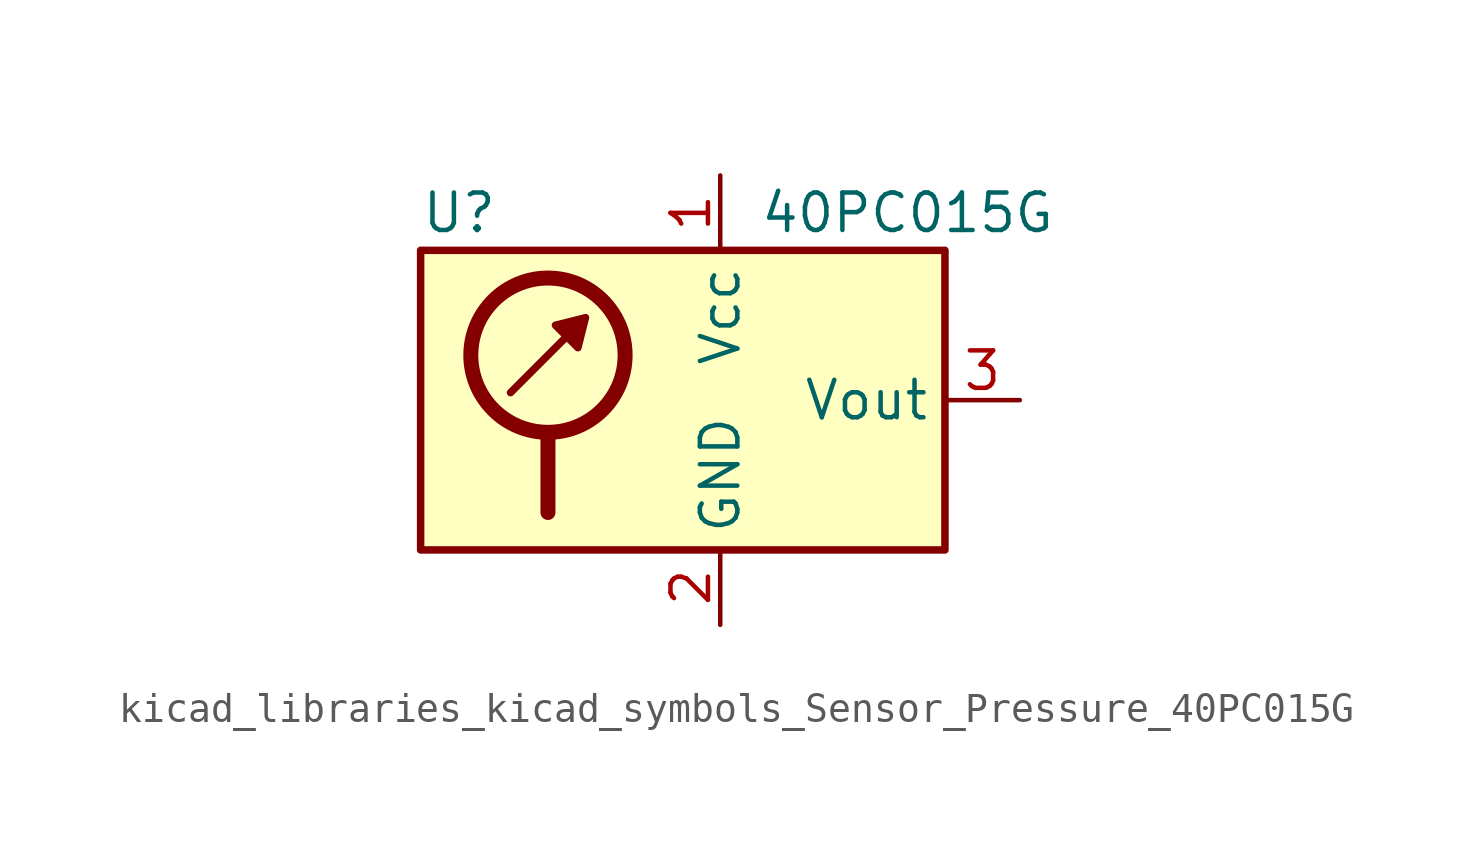
<source format=kicad_sym>
(kicad_symbol_lib
  (version 20220914)
  (generator kicad_symbol_editor)
  (symbol "kicad_libraries_kicad_symbols_Sensor_Pressure_40PC015G"
    (property "Reference" "U"
      (at -10.16 6.35 0)
      (effects (font (size 1.27 1.27)) (justify left)))
    (property "Value" "40PC015G"
      (at 6.35 6.35 0)
      (effects (font (size 1.27 1.27))))
    (symbol "kicad_libraries_kicad_symbols_Sensor_Pressure_40PC015G_0_1"
      (circle (center -5.842 1.524) (radius 2.616) (stroke (width 0.508) (type default)) (fill (type none)))
      (polyline (pts (xy -7.112 0.254) (xy -4.572 2.794)) (stroke (width 0.254) (type default)) (fill (type none)))
      (polyline (pts (xy -5.842 -1.27) (xy -5.842 -3.81)) (stroke (width 0.508) (type default)) (fill (type none)))
      (polyline (pts (xy -4.572 2.794) (xy -4.826 1.778) (xy -5.588 2.54) (xy -4.572 2.794)) (stroke (width 0.254) (type default)) (fill (type outline)))
      (rectangle (start 7.62 5.08) (end -10.16 -5.08) (stroke (width 0.254) (type default)) (fill (type background))))
    (symbol "kicad_libraries_kicad_symbols_Sensor_Pressure_40PC015G_1_1"
      (pin power_in line (at 0 7.62 270) (length 2.54) (name "Vcc" (effects (font (size 1.27 1.27)))) (number "1" (effects (font (size 1.27 1.27)))))
      (pin power_in line (at 0 -7.62 90) (length 2.54) (name "GND" (effects (font (size 1.27 1.27)))) (number "2" (effects (font (size 1.27 1.27)))))
      (pin output line (at 10.16 0 180) (length 2.54) (name "Vout" (effects (font (size 1.27 1.27)))) (number "3" (effects (font (size 1.27 1.27)))))
      (pin no_connect line (at -7.62 -5.08 90) (length 2.54) hide (name "NC" (effects (font (size 1.27 1.27)))) (number "4" (effects (font (size 1.27 1.27)))))
      (pin no_connect line (at -5.08 -5.08 90) (length 2.54) hide (name "NC" (effects (font (size 1.27 1.27)))) (number "5" (effects (font (size 1.27 1.27)))))
      (pin no_connect line (at -2.54 -5.08 90) (length 2.54) hide (name "NC" (effects (font (size 1.27 1.27)))) (number "6" (effects (font (size 1.27 1.27))))))))
</source>
